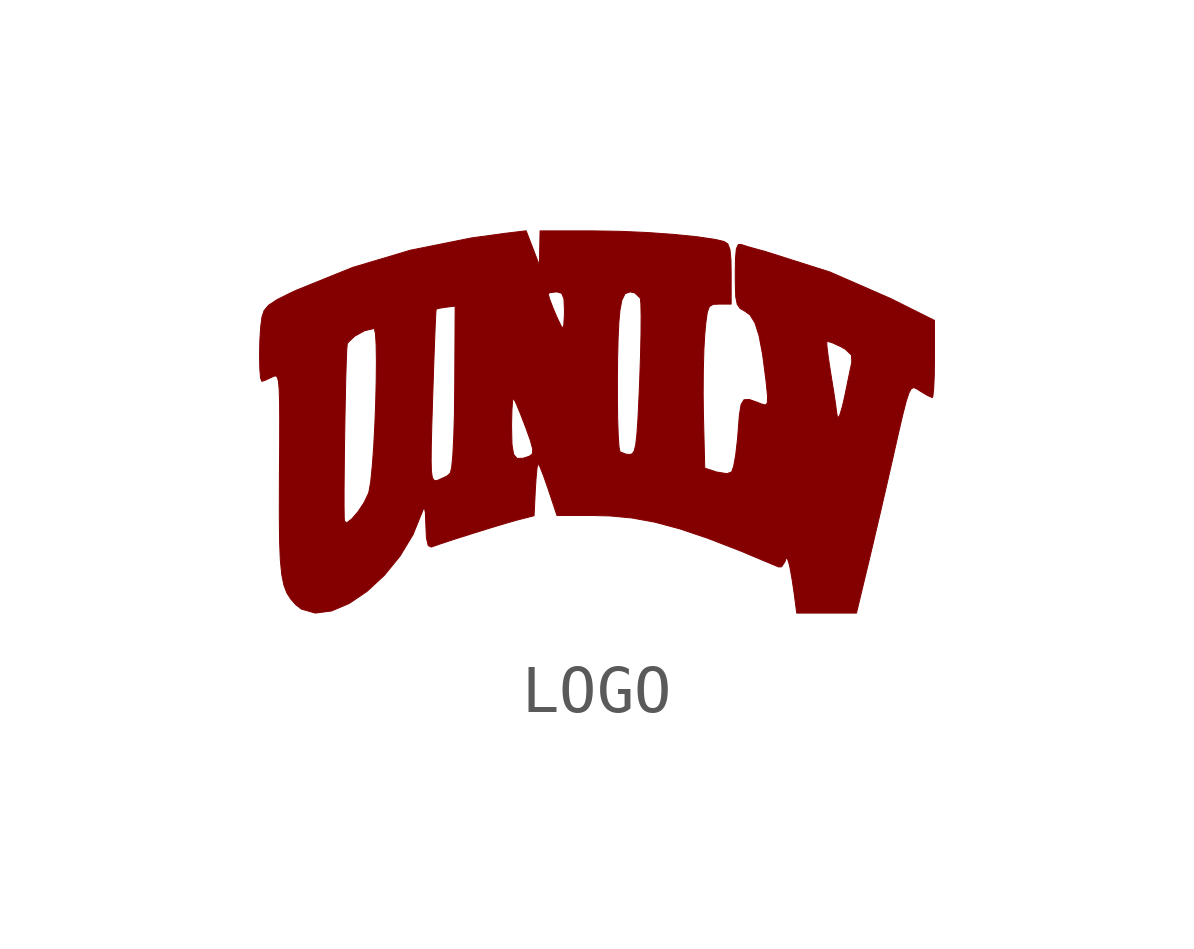
<source format=kicad_sym>
(kicad_symbol_lib
  (version 20210619)
  (generator bitmap2component)
  (symbol "LOGO"
    (pin_names
      (offset 1.016))
    (property "Reference" "#G"
      (at 0 7.408 0)
      (effects (font (size 1.27 1.27)) hide))
    (symbol "LOGO_0_0"
      (polyline (pts (xy 5.662 -2.9) (xy 5.756 -2.504) (xy 5.892 -1.922) (xy 6.026 -1.342) (xy 6.139 -0.847) (xy 6.15 -0.8) (xy 6.273 -0.252) (xy 6.367 0.151) (xy 6.438 0.43) (xy 6.495 0.604) (xy 6.545 0.693) (xy 6.596 0.716) (xy 6.656 0.692) (xy 6.733 0.641) (xy 6.886 0.55) (xy 6.982 0.508) (xy 6.994 0.535) (xy 7.011 0.695) (xy 7.023 0.966) (xy 7.027 1.312) (xy 7.027 2.115) (xy 6.117 2.57) (xy 4.848 3.124) (xy 3.487 3.556) (xy 3.395 3.58) (xy 3.155 3.647) (xy 3 3.697) (xy 2.942 3.694) (xy 2.903 3.609) (xy 2.884 3.41) (xy 2.879 3.071) (xy 2.88 2.874) (xy 2.889 2.609) (xy 2.92 2.452) (xy 2.98 2.364) (xy 3.082 2.305) (xy 3.187 2.229) (xy 3.29 2.062) (xy 3.376 1.792) (xy 3.397 1.678) (xy 4.786 1.678) (xy 4.792 1.681) (xy 4.897 1.651) (xy 5.08 1.567) (xy 5.171 1.515) (xy 5.299 1.393) (xy 5.306 1.243) (xy 5.281 1.129) (xy 5.227 0.872) (xy 5.166 0.572) (xy 5.112 0.33) (xy 5.053 0.134) (xy 5.011 0.084) (xy 4.991 0.191) (xy 4.989 0.209) (xy 4.968 0.373) (xy 4.927 0.644) (xy 4.874 0.974) (xy 4.858 1.073) (xy 4.813 1.373) (xy 4.787 1.588) (xy 4.786 1.678) (xy 3.397 1.678) (xy 3.45 1.397) (xy 3.52 0.854) (xy 3.526 0.798) (xy 3.552 0.531) (xy 3.547 0.393) (xy 3.505 0.353) (xy 3.42 0.377) (xy 3.347 0.407) (xy 3.17 0.469) (xy 3.061 0.463) (xy 3 0.362) (xy 2.965 0.144) (xy 2.937 -0.219) (xy 2.926 -0.359) (xy 2.889 -0.682) (xy 2.846 -0.923) (xy 2.805 -1.039) (xy 2.706 -1.076) (xy 2.484 -1.04) (xy 2.244 -0.96) (xy 2.217 0.134) (xy 2.211 0.573) (xy 2.214 1.065) (xy 2.226 1.508) (xy 2.246 1.841) (xy 2.266 2.06) (xy 2.297 2.287) (xy 2.342 2.405) (xy 2.42 2.449) (xy 2.547 2.455) (xy 2.794 2.455) (xy 2.794 3.085) (xy 2.79 3.373) (xy 2.769 3.592) (xy 2.724 3.708) (xy 2.646 3.759) (xy 2.454 3.803) (xy 2.078 3.858) (xy 1.599 3.906) (xy 1.058 3.945) (xy 0.491 3.97) (xy -0.061 3.979) (xy -1.185 3.979) (xy -1.192 3.619) (xy -1.198 3.26) (xy -1.336 3.62) (xy -1.475 3.981) (xy -1.901 3.93) (xy -2.613 3.833) (xy -3.889 3.576) (xy -5.085 3.219) (xy -6.249 2.749) (xy -6.378 2.689) (xy -6.419 2.669) (xy -1.016 2.669) (xy -0.984 2.692) (xy -0.847 2.709) (xy -0.835 2.709) (xy -0.734 2.679) (xy -0.688 2.566) (xy -0.677 2.328) (xy -0.679 2.215) (xy -0.691 2.023) (xy -0.711 1.947) (xy -0.751 2.008) (xy -0.829 2.171) (xy -0.916 2.376) (xy -0.987 2.562) (xy -1.016 2.669) (xy -6.419 2.669) (xy -6.665 2.546) (xy -6.839 2.43) (xy -6.932 2.318) (xy -6.976 2.183) (xy -7.003 1.972) (xy -7.02 1.694) (xy -7.026 1.394) (xy -7.021 1.121) (xy -7.006 0.923) (xy -6.979 0.847) (xy -6.917 0.865) (xy -6.764 0.936) (xy -6.737 0.95) (xy -6.692 0.961) (xy -6.657 0.934) (xy -6.633 0.851) (xy -6.618 0.692) (xy -6.609 0.439) (xy -6.606 0.072) (xy -6.607 -0.426) (xy -6.612 -1.075) (xy -6.613 -1.308) (xy -6.614 -1.75) (xy -5.266 -1.75) (xy -5.266 -1.403) (xy -5.262 -0.978) (xy -5.257 -0.503) (xy -5.249 -0.011) (xy -5.24 0.466) (xy -5.231 0.899) (xy -5.22 1.256) (xy -5.21 1.506) (xy -5.201 1.617) (xy -5.184 1.653) (xy -5.045 1.787) (xy -4.839 1.9) (xy -4.642 1.947) (xy -4.637 1.945) (xy -4.612 1.84) (xy -4.598 1.602) (xy -4.593 1.261) (xy -4.597 0.848) (xy -4.608 0.392) (xy -4.626 -0.074) (xy -4.65 -0.522) (xy -4.671 -0.819) (xy -3.453 -0.819) (xy -3.45 -0.502) (xy -3.439 -0.057) (xy -3.42 0.536) (xy -3.414 0.723) (xy -3.397 1.236) (xy -3.381 1.681) (xy -3.367 2.03) (xy -3.356 2.261) (xy -3.349 2.348) (xy -3.299 2.365) (xy -3.144 2.39) (xy -2.953 2.413) (xy -2.961 0.896) (xy 0.425 0.896) (xy 0.43 1.336) (xy 0.44 1.742) (xy 0.456 2.08) (xy 0.477 2.317) (xy 0.518 2.536) (xy 0.585 2.672) (xy 0.692 2.709) (xy 0.785 2.689) (xy 0.902 2.579) (xy 0.914 2.466) (xy 0.919 2.21) (xy 0.917 1.841) (xy 0.907 1.39) (xy 0.89 0.886) (xy 0.875 0.524) (xy 0.853 0.065) (xy 0.831 -0.262) (xy 0.806 -0.477) (xy 0.775 -0.603) (xy 0.735 -0.662) (xy 0.682 -0.677) (xy 0.605 -0.67) (xy 0.48 -0.621) (xy 0.459 -0.522) (xy 0.443 -0.287) (xy 0.431 0.051) (xy 0.426 0.456) (xy 0.425 0.896) (xy -2.961 0.896) (xy -2.962 0.724) (xy -2.968 0.189) (xy -2.976 -0.113) (xy -1.778 -0.113) (xy -1.778 -0.035) (xy -1.771 0.248) (xy -1.757 0.438) (xy -1.738 0.496) (xy -1.737 0.495) (xy -1.686 0.393) (xy -1.597 0.179) (xy -1.488 -0.103) (xy -1.386 -0.386) (xy -1.337 -0.569) (xy -1.346 -0.666) (xy -1.407 -0.712) (xy -1.532 -0.754) (xy -1.663 -0.759) (xy -1.737 -0.671) (xy -1.77 -0.464) (xy -1.778 -0.113) (xy -2.976 -0.113) (xy -2.982 -0.299) (xy -3.001 -0.686) (xy -3.026 -0.949) (xy -3.054 -1.066) (xy -3.126 -1.127) (xy -3.308 -1.211) (xy -3.356 -1.221) (xy -3.4 -1.209) (xy -3.429 -1.151) (xy -3.447 -1.028) (xy -3.453 -0.819) (xy -4.671 -0.819) (xy -4.679 -0.92) (xy -4.711 -1.238) (xy -4.746 -1.445) (xy -4.761 -1.493) (xy -4.851 -1.679) (xy -4.975 -1.867) (xy -5.105 -2.018) (xy -5.209 -2.098) (xy -5.258 -2.068) (xy -5.263 -1.986) (xy -5.266 -1.75) (xy -6.614 -1.75) (xy -6.614 -1.964) (xy -6.609 -2.48) (xy -6.593 -2.875) (xy -6.564 -3.173) (xy -6.52 -3.393) (xy -6.458 -3.558) (xy -6.375 -3.688) (xy -6.269 -3.807) (xy -6.154 -3.896) (xy -5.865 -3.979) (xy -5.528 -3.935) (xy -5.162 -3.78) (xy -4.789 -3.528) (xy -4.429 -3.195) (xy -4.103 -2.796) (xy -3.831 -2.347) (xy -3.635 -1.863) (xy -3.627 -1.836) (xy -3.593 -1.788) (xy -3.573 -1.888) (xy -3.563 -2.147) (xy -3.551 -2.413) (xy -3.514 -2.574) (xy -3.45 -2.604) (xy -3.275 -2.543) (xy -2.958 -2.438) (xy -2.582 -2.319) (xy -2.202 -2.201) (xy -1.873 -2.102) (xy -1.65 -2.039) (xy -1.31 -1.952) (xy -1.284 -1.421) (xy -1.268 -1.168) (xy -1.248 -0.955) (xy -1.23 -0.863) (xy -1.229 -0.863) (xy -1.188 -0.931) (xy -1.113 -1.121) (xy -1.018 -1.392) (xy -0.833 -1.947) (xy -0.071 -1.947) (xy 0.271 -1.956) (xy 0.731 -1.999) (xy 1.205 -2.086) (xy 1.72 -2.224) (xy 2.303 -2.42) (xy 2.982 -2.683) (xy 3.781 -3.018) (xy 3.844 -3.015) (xy 3.916 -2.906) (xy 3.93 -2.855) (xy 3.962 -2.831) (xy 4.003 -2.963) (xy 4.019 -3.032) (xy 4.064 -3.286) (xy 4.107 -3.577) (xy 4.159 -3.979) (xy 5.403 -3.979) (xy 5.662 -2.9)) (stroke (width 0.01)) (fill (type outline))))))
</source>
